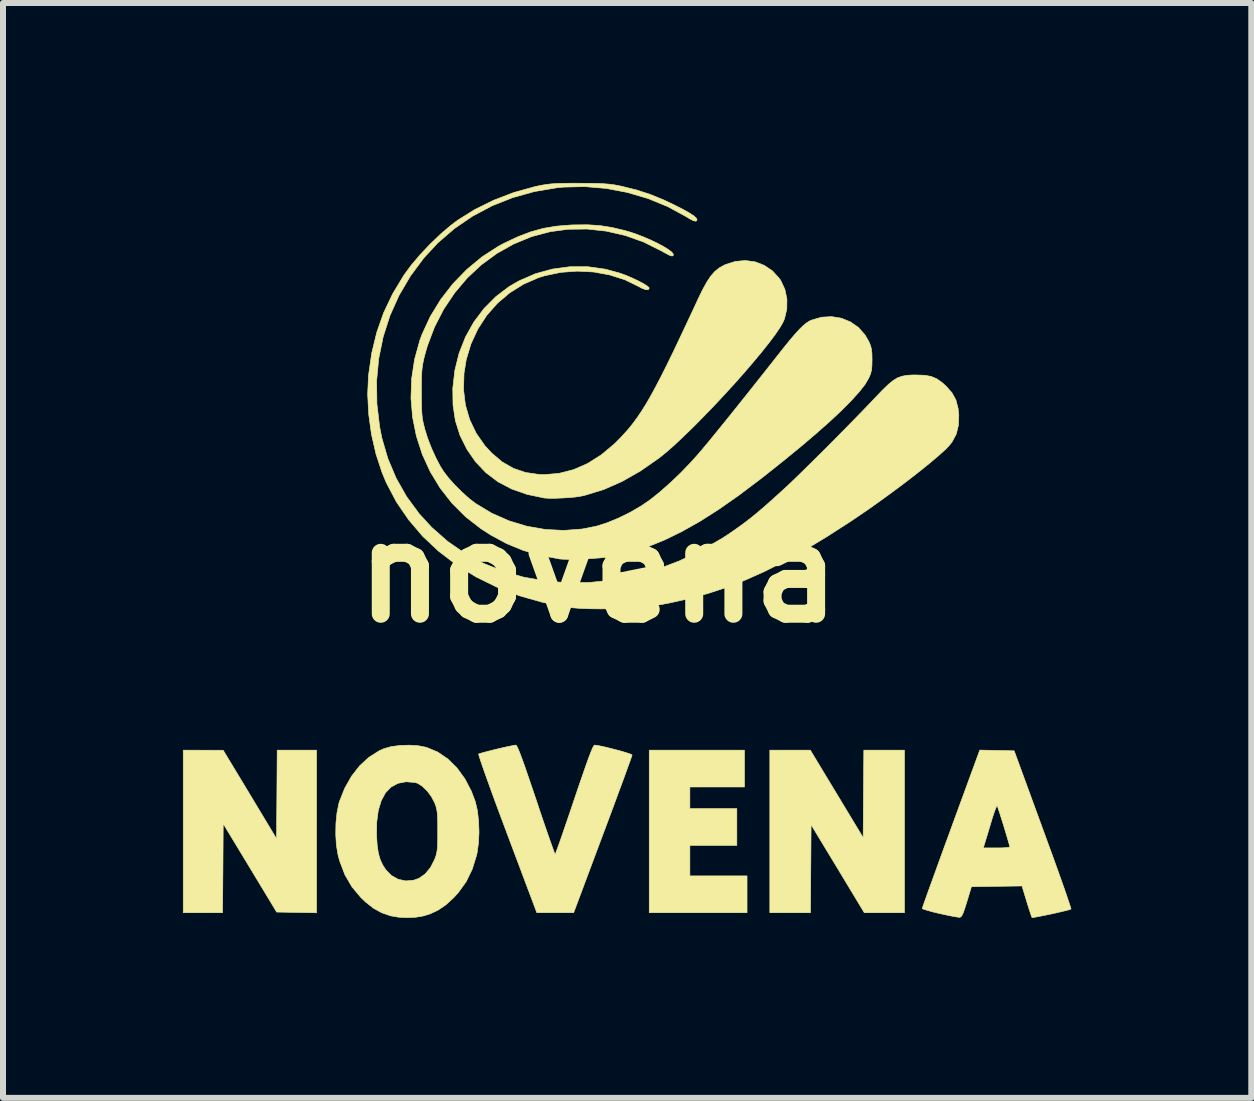
<source format=kicad_pcb>
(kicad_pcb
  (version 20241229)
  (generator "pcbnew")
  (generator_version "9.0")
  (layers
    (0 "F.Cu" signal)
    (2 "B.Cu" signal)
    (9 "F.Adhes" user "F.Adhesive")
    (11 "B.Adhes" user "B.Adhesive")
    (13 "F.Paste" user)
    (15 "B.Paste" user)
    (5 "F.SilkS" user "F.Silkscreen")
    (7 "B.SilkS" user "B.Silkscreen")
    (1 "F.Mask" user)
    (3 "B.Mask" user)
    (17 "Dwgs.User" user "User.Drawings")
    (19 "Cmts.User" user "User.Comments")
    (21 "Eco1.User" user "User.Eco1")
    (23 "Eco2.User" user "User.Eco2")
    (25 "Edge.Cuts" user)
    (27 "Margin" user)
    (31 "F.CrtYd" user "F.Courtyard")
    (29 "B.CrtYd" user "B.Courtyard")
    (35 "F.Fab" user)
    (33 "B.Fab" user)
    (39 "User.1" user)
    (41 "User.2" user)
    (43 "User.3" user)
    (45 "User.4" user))
  (footprint "novena"
    (layer "F.Cu")
    (at 6.926 6.492)
    (property "Reference" "novena" (at 0 0 0) (layer "F.SilkS") (effects (font (size 1.524 1.524) (thickness 0.3))))
    (attr through_hole)
    (fp_poly (pts (xy 4.413 4.422) (xy 4.424 2.963) (xy 5.101 2.963) (xy 5.101 5.673) (xy 4.432 5.673) (xy 3.989 4.939) (xy 3.545 4.206) (xy 3.534 5.673) (xy 2.857 5.673) (xy 2.857 2.963) (xy 3.532 2.963) (xy 4.413 4.422)) (stroke (width 0.01) (type solid)) (fill yes) (layer "F.SilkS"))
    (fp_poly (pts (xy 2.434 3.577) (xy 1.524 3.577) (xy 1.524 3.937) (xy 2.307 3.937) (xy 2.307 4.551) (xy 1.524 4.551) (xy 1.524 5.059) (xy 2.477 5.059) (xy 2.477 5.673) (xy 0.847 5.673) (xy 0.847 2.963) (xy 2.434 2.963) (xy 2.434 3.577)) (stroke (width 0.01) (type solid)) (fill yes) (layer "F.SilkS"))
    (fp_poly (pts (xy -4.699 5.674) (xy -5.031 5.668) (xy -5.364 5.662) (xy -5.809 4.926) (xy -6.255 4.189) (xy -6.26 4.931) (xy -6.266 5.673) (xy -6.921 5.673) (xy -6.921 2.963) (xy -6.588 2.964) (xy -6.255 2.965) (xy -5.81 3.702) (xy -5.366 4.44) (xy -5.36 3.702) (xy -5.355 2.963) (xy -4.699 2.963) (xy -4.699 5.674)) (stroke (width 0.01) (type solid)) (fill yes) (layer "F.SilkS"))
    (fp_poly (pts (xy -1.363 2.892) (xy -1.343 2.932) (xy -1.314 3.001) (xy -1.276 3.102) (xy -1.228 3.235) (xy -1.17 3.404) (xy -1.1 3.609) (xy -1.039 3.789) (xy -0.977 3.976) (xy -0.918 4.15) (xy -0.864 4.307) (xy -0.817 4.443) (xy -0.777 4.554) (xy -0.748 4.636) (xy -0.729 4.686) (xy -0.722 4.699) (xy -0.713 4.679) (xy -0.692 4.624) (xy -0.66 4.536) (xy -0.619 4.42) (xy -0.571 4.28) (xy -0.516 4.119) (xy -0.456 3.943) (xy -0.404 3.789) (xy -0.327 3.56) (xy -0.261 3.37) (xy -0.207 3.214) (xy -0.163 3.092) (xy -0.128 3) (xy -0.101 2.935) (xy -0.081 2.896) (xy -0.068 2.88) (xy -0.065 2.879) (xy -0.019 2.884) (xy 0.052 2.898) (xy 0.141 2.918) (xy 0.239 2.943) (xy 0.337 2.968) (xy 0.427 2.994) (xy 0.5 3.017) (xy 0.547 3.034) (xy 0.561 3.043) (xy 0.554 3.067) (xy 0.533 3.127) (xy 0.499 3.22) (xy 0.455 3.342) (xy 0.401 3.491) (xy 0.337 3.662) (xy 0.267 3.853) (xy 0.19 4.06) (xy 0.108 4.28) (xy 0.074 4.37) (xy -0.413 5.672) (xy -0.72 5.672) (xy -1.027 5.672) (xy -1.521 4.358) (xy -1.605 4.133) (xy -1.684 3.921) (xy -1.757 3.723) (xy -1.822 3.543) (xy -1.879 3.385) (xy -1.926 3.251) (xy -1.962 3.146) (xy -1.986 3.072) (xy -1.997 3.033) (xy -1.997 3.028) (xy -1.971 3.018) (xy -1.913 3.001) (xy -1.832 2.98) (xy -1.737 2.956) (xy -1.637 2.932) (xy -1.541 2.91) (xy -1.459 2.893) (xy -1.4 2.881) (xy -1.376 2.879) (xy -1.363 2.892)) (stroke (width 0.01) (type solid)) (fill yes) (layer "F.SilkS"))
    (fp_poly (pts (xy 6.643 2.968) (xy 6.93 2.974) (xy 7.41 4.286) (xy 7.492 4.511) (xy 7.57 4.724) (xy 7.641 4.922) (xy 7.705 5.101) (xy 7.761 5.259) (xy 7.807 5.392) (xy 7.842 5.497) (xy 7.866 5.569) (xy 7.877 5.607) (xy 7.877 5.612) (xy 7.852 5.622) (xy 7.795 5.637) (xy 7.715 5.656) (xy 7.62 5.678) (xy 7.52 5.7) (xy 7.422 5.72) (xy 7.335 5.737) (xy 7.269 5.749) (xy 7.232 5.753) (xy 7.227 5.752) (xy 7.218 5.73) (xy 7.199 5.674) (xy 7.173 5.594) (xy 7.143 5.498) (xy 7.139 5.485) (xy 7.061 5.227) (xy 6.218 5.239) (xy 6.141 5.493) (xy 6.107 5.601) (xy 6.081 5.675) (xy 6.059 5.72) (xy 6.04 5.743) (xy 6.022 5.75) (xy 5.986 5.746) (xy 5.919 5.735) (xy 5.828 5.717) (xy 5.722 5.694) (xy 5.689 5.687) (xy 5.584 5.662) (xy 5.496 5.638) (xy 5.433 5.619) (xy 5.4 5.605) (xy 5.397 5.602) (xy 5.405 5.58) (xy 5.425 5.521) (xy 5.458 5.429) (xy 5.501 5.307) (xy 5.555 5.159) (xy 5.617 4.988) (xy 5.686 4.797) (xy 5.76 4.593) (xy 6.416 4.593) (xy 6.637 4.593) (xy 6.728 4.592) (xy 6.801 4.588) (xy 6.847 4.583) (xy 6.858 4.579) (xy 6.852 4.551) (xy 6.836 4.493) (xy 6.812 4.411) (xy 6.783 4.314) (xy 6.752 4.211) (xy 6.72 4.109) (xy 6.691 4.018) (xy 6.667 3.946) (xy 6.651 3.9) (xy 6.646 3.889) (xy 6.636 3.902) (xy 6.616 3.948) (xy 6.59 4.021) (xy 6.56 4.114) (xy 6.555 4.132) (xy 6.522 4.242) (xy 6.491 4.347) (xy 6.464 4.435) (xy 6.446 4.493) (xy 6.416 4.593) (xy 5.76 4.593) (xy 5.761 4.59) (xy 5.842 4.37) (xy 5.877 4.273) (xy 6.357 2.962) (xy 6.643 2.968)) (stroke (width 0.01) (type solid)) (fill yes) (layer "F.SilkS"))
    (fp_poly (pts (xy -3 2.89) (xy -2.868 2.916) (xy -2.863 2.918) (xy -2.679 2.995) (xy -2.51 3.11) (xy -2.359 3.259) (xy -2.227 3.44) (xy -2.118 3.648) (xy -2.053 3.821) (xy -2.018 3.969) (xy -1.998 4.143) (xy -1.991 4.329) (xy -2 4.512) (xy -2.023 4.677) (xy -2.03 4.71) (xy -2.103 4.946) (xy -2.204 5.154) (xy -2.336 5.338) (xy -2.412 5.421) (xy -2.544 5.542) (xy -2.673 5.63) (xy -2.809 5.693) (xy -2.915 5.726) (xy -3.043 5.748) (xy -3.19 5.755) (xy -3.337 5.747) (xy -3.464 5.725) (xy -3.466 5.725) (xy -3.615 5.673) (xy -3.749 5.599) (xy -3.88 5.496) (xy -3.959 5.421) (xy -4.109 5.242) (xy -4.226 5.041) (xy -4.313 4.813) (xy -4.341 4.71) (xy -4.368 4.549) (xy -4.378 4.388) (xy -3.699 4.388) (xy -3.688 4.55) (xy -3.669 4.679) (xy -3.639 4.786) (xy -3.595 4.88) (xy -3.546 4.955) (xy -3.452 5.052) (xy -3.338 5.116) (xy -3.213 5.143) (xy -3.084 5.132) (xy -2.992 5.1) (xy -2.887 5.026) (xy -2.797 4.916) (xy -2.726 4.775) (xy -2.724 4.768) (xy -2.706 4.716) (xy -2.694 4.664) (xy -2.685 4.604) (xy -2.681 4.526) (xy -2.679 4.422) (xy -2.679 4.307) (xy -2.679 4.176) (xy -2.682 4.078) (xy -2.687 4.005) (xy -2.696 3.948) (xy -2.709 3.898) (xy -2.728 3.846) (xy -2.729 3.843) (xy -2.783 3.739) (xy -2.854 3.644) (xy -2.934 3.566) (xy -3.015 3.515) (xy -3.057 3.502) (xy -3.21 3.49) (xy -3.343 3.516) (xy -3.457 3.578) (xy -3.55 3.674) (xy -3.621 3.805) (xy -3.67 3.968) (xy -3.696 4.163) (xy -3.699 4.388) (xy -4.378 4.388) (xy -4.379 4.369) (xy -4.376 4.183) (xy -4.358 4.005) (xy -4.327 3.85) (xy -4.318 3.821) (xy -4.229 3.597) (xy -4.115 3.396) (xy -3.979 3.222) (xy -3.823 3.08) (xy -3.652 2.972) (xy -3.577 2.939) (xy -3.455 2.904) (xy -3.308 2.885) (xy -3.151 2.88) (xy -3 2.89)) (stroke (width 0.01) (type solid)) (fill yes) (layer "F.SilkS"))
    (fp_poly (pts (xy 2.613 -5.177) (xy 2.765 -5.118) (xy 2.901 -5.026) (xy 3.015 -4.901) (xy 3.04 -4.864) (xy 3.108 -4.718) (xy 3.142 -4.557) (xy 3.14 -4.392) (xy 3.103 -4.233) (xy 3.082 -4.181) (xy 3.031 -4.09) (xy 2.953 -3.974) (xy 2.85 -3.836) (xy 2.727 -3.681) (xy 2.587 -3.513) (xy 2.434 -3.334) (xy 2.27 -3.149) (xy 2.099 -2.962) (xy 1.925 -2.776) (xy 1.751 -2.596) (xy 1.581 -2.424) (xy 1.417 -2.265) (xy 1.265 -2.122) (xy 1.126 -2) (xy 1.005 -1.903) (xy 0.701 -1.691) (xy 0.395 -1.517) (xy 0.091 -1.383) (xy -0.21 -1.29) (xy -0.296 -1.27) (xy -0.374 -1.258) (xy -0.477 -1.248) (xy -0.593 -1.241) (xy -0.708 -1.236) (xy -0.81 -1.235) (xy -0.886 -1.239) (xy -0.9 -1.24) (xy -1.187 -1.3) (xy -1.445 -1.39) (xy -1.674 -1.51) (xy -1.875 -1.662) (xy -2.05 -1.846) (xy -2.192 -2.052) (xy -2.308 -2.285) (xy -2.385 -2.53) (xy -2.424 -2.79) (xy -2.428 -3.068) (xy -2.394 -3.367) (xy -2.323 -3.653) (xy -2.217 -3.923) (xy -2.078 -4.172) (xy -1.908 -4.398) (xy -1.709 -4.598) (xy -1.484 -4.768) (xy -1.322 -4.861) (xy -1.05 -4.979) (xy -0.765 -5.057) (xy -0.473 -5.096) (xy -0.178 -5.096) (xy 0.115 -5.055) (xy 0.36 -4.988) (xy 0.461 -4.951) (xy 0.564 -4.907) (xy 0.661 -4.861) (xy 0.745 -4.817) (xy 0.808 -4.778) (xy 0.842 -4.749) (xy 0.847 -4.74) (xy 0.831 -4.712) (xy 0.787 -4.713) (xy 0.718 -4.74) (xy 0.675 -4.764) (xy 0.442 -4.878) (xy 0.188 -4.959) (xy -0.079 -5.008) (xy -0.352 -5.022) (xy -0.625 -5.002) (xy -0.89 -4.947) (xy -0.995 -4.915) (xy -1.248 -4.805) (xy -1.479 -4.661) (xy -1.684 -4.487) (xy -1.862 -4.285) (xy -2.009 -4.059) (xy -2.124 -3.812) (xy -2.204 -3.548) (xy -2.241 -3.319) (xy -2.249 -3.049) (xy -2.218 -2.791) (xy -2.147 -2.548) (xy -2.038 -2.32) (xy -1.892 -2.111) (xy -1.78 -1.99) (xy -1.605 -1.842) (xy -1.417 -1.734) (xy -1.213 -1.665) (xy -0.991 -1.633) (xy -0.904 -1.63) (xy -0.657 -1.651) (xy -0.415 -1.713) (xy -0.18 -1.816) (xy 0.048 -1.96) (xy 0.268 -2.144) (xy 0.35 -2.226) (xy 0.428 -2.309) (xy 0.503 -2.394) (xy 0.574 -2.482) (xy 0.644 -2.577) (xy 0.715 -2.682) (xy 0.789 -2.799) (xy 0.866 -2.932) (xy 0.948 -3.082) (xy 1.038 -3.254) (xy 1.137 -3.451) (xy 1.246 -3.674) (xy 1.366 -3.927) (xy 1.501 -4.213) (xy 1.651 -4.535) (xy 1.657 -4.549) (xy 1.736 -4.711) (xy 1.806 -4.839) (xy 1.871 -4.937) (xy 1.937 -5.013) (xy 2.007 -5.071) (xy 2.086 -5.117) (xy 2.113 -5.13) (xy 2.281 -5.184) (xy 2.449 -5.199) (xy 2.613 -5.177)) (stroke (width 0.01) (type solid)) (fill yes) (layer "F.SilkS"))
    (fp_poly (pts (xy 0.021 -5.782) (xy 0.22 -5.751) (xy 0.428 -5.702) (xy 0.498 -5.683) (xy 0.617 -5.644) (xy 0.742 -5.596) (xy 0.866 -5.543) (xy 0.983 -5.487) (xy 1.085 -5.432) (xy 1.168 -5.381) (xy 1.225 -5.337) (xy 1.248 -5.304) (xy 1.249 -5.3) (xy 1.244 -5.279) (xy 1.225 -5.274) (xy 1.186 -5.286) (xy 1.123 -5.319) (xy 1.041 -5.364) (xy 0.752 -5.508) (xy 0.446 -5.617) (xy 0.13 -5.689) (xy -0.189 -5.724) (xy -0.508 -5.72) (xy -0.804 -5.68) (xy -1.116 -5.597) (xy -1.413 -5.475) (xy -1.692 -5.318) (xy -1.951 -5.129) (xy -2.187 -4.909) (xy -2.397 -4.66) (xy -2.58 -4.387) (xy -2.733 -4.09) (xy -2.853 -3.772) (xy -2.902 -3.598) (xy -2.92 -3.521) (xy -2.933 -3.45) (xy -2.942 -3.377) (xy -2.948 -3.292) (xy -2.95 -3.186) (xy -2.951 -3.05) (xy -2.951 -2.995) (xy -2.95 -2.849) (xy -2.948 -2.737) (xy -2.943 -2.648) (xy -2.936 -2.575) (xy -2.924 -2.508) (xy -2.907 -2.437) (xy -2.894 -2.386) (xy -2.847 -2.235) (xy -2.784 -2.073) (xy -2.712 -1.914) (xy -2.637 -1.771) (xy -2.58 -1.68) (xy -2.496 -1.571) (xy -2.389 -1.452) (xy -2.269 -1.333) (xy -2.149 -1.226) (xy -2.047 -1.148) (xy -1.778 -0.986) (xy -1.491 -0.86) (xy -1.192 -0.769) (xy -0.886 -0.716) (xy -0.579 -0.7) (xy -0.274 -0.723) (xy -0.032 -0.771) (xy 0.144 -0.827) (xy 0.336 -0.906) (xy 0.532 -1.003) (xy 0.717 -1.111) (xy 0.87 -1.216) (xy 1.029 -1.344) (xy 1.202 -1.497) (xy 1.378 -1.666) (xy 1.547 -1.842) (xy 1.67 -1.979) (xy 1.751 -2.075) (xy 1.855 -2.2) (xy 1.979 -2.352) (xy 2.12 -2.526) (xy 2.276 -2.72) (xy 2.443 -2.929) (xy 2.619 -3.15) (xy 2.801 -3.38) (xy 2.958 -3.579) (xy 3.085 -3.74) (xy 3.191 -3.871) (xy 3.279 -3.974) (xy 3.352 -4.054) (xy 3.414 -4.114) (xy 3.467 -4.158) (xy 3.516 -4.189) (xy 3.55 -4.205) (xy 3.718 -4.254) (xy 3.886 -4.264) (xy 4.048 -4.238) (xy 4.199 -4.177) (xy 4.333 -4.084) (xy 4.443 -3.96) (xy 4.506 -3.852) (xy 4.534 -3.786) (xy 4.551 -3.724) (xy 4.559 -3.65) (xy 4.561 -3.55) (xy 4.561 -3.545) (xy 4.559 -3.444) (xy 4.552 -3.37) (xy 4.535 -3.307) (xy 4.507 -3.241) (xy 4.506 -3.239) (xy 4.445 -3.135) (xy 4.348 -3.011) (xy 4.217 -2.866) (xy 4.053 -2.7) (xy 3.856 -2.516) (xy 3.627 -2.313) (xy 3.368 -2.093) (xy 3.078 -1.856) (xy 2.76 -1.603) (xy 2.685 -1.545) (xy 2.336 -1.282) (xy 2.007 -1.052) (xy 1.695 -0.853) (xy 1.397 -0.685) (xy 1.109 -0.544) (xy 0.829 -0.43) (xy 0.552 -0.341) (xy 0.276 -0.275) (xy 0.216 -0.264) (xy 0.13 -0.252) (xy 0.018 -0.241) (xy -0.112 -0.232) (xy -0.248 -0.224) (xy -0.38 -0.22) (xy -0.499 -0.218) (xy -0.594 -0.22) (xy -0.646 -0.224) (xy -0.964 -0.284) (xy -1.255 -0.367) (xy -1.528 -0.479) (xy -1.794 -0.623) (xy -1.958 -0.728) (xy -2.215 -0.928) (xy -2.443 -1.156) (xy -2.64 -1.408) (xy -2.805 -1.681) (xy -2.937 -1.97) (xy -3.035 -2.273) (xy -3.098 -2.586) (xy -3.125 -2.906) (xy -3.114 -3.229) (xy -3.065 -3.551) (xy -2.977 -3.87) (xy -2.939 -3.972) (xy -2.803 -4.266) (xy -2.631 -4.547) (xy -2.427 -4.81) (xy -2.195 -5.049) (xy -1.942 -5.259) (xy -1.67 -5.435) (xy -1.575 -5.486) (xy -1.344 -5.595) (xy -1.129 -5.677) (xy -0.919 -5.735) (xy -0.701 -5.772) (xy -0.463 -5.791) (xy -0.413 -5.793) (xy -0.184 -5.795) (xy 0.021 -5.782)) (stroke (width 0.01) (type solid)) (fill yes) (layer "F.SilkS"))
    (fp_poly (pts (xy -0.154 -6.486) (xy -0.024 -6.484) (xy 0.08 -6.48) (xy 0.166 -6.473) (xy 0.243 -6.464) (xy 0.319 -6.451) (xy 0.381 -6.438) (xy 0.632 -6.376) (xy 0.864 -6.301) (xy 1.095 -6.206) (xy 1.259 -6.128) (xy 1.405 -6.054) (xy 1.514 -5.993) (xy 1.589 -5.945) (xy 1.631 -5.907) (xy 1.644 -5.879) (xy 1.637 -5.862) (xy 1.616 -5.855) (xy 1.578 -5.865) (xy 1.519 -5.896) (xy 1.457 -5.934) (xy 1.153 -6.099) (xy 0.826 -6.233) (xy 0.482 -6.334) (xy 0.129 -6.401) (xy -0.226 -6.431) (xy -0.578 -6.423) (xy -0.687 -6.413) (xy -1.066 -6.349) (xy -1.429 -6.248) (xy -1.774 -6.111) (xy -2.098 -5.939) (xy -2.4 -5.733) (xy -2.676 -5.495) (xy -2.91 -5.243) (xy -3.135 -4.94) (xy -3.324 -4.618) (xy -3.476 -4.279) (xy -3.589 -3.926) (xy -3.663 -3.562) (xy -3.698 -3.19) (xy -3.693 -2.811) (xy -3.648 -2.429) (xy -3.61 -2.238) (xy -3.511 -1.899) (xy -3.374 -1.574) (xy -3.2 -1.266) (xy -2.99 -0.98) (xy -2.78 -0.751) (xy -2.514 -0.517) (xy -2.225 -0.317) (xy -1.916 -0.151) (xy -1.589 -0.019) (xy -1.247 0.079) (xy -0.892 0.143) (xy -0.528 0.172) (xy -0.156 0.168) (xy 0.22 0.13) (xy 0.598 0.057) (xy 0.976 -0.05) (xy 1.35 -0.192) (xy 1.718 -0.368) (xy 2.078 -0.578) (xy 2.159 -0.631) (xy 2.29 -0.721) (xy 2.412 -0.809) (xy 2.531 -0.9) (xy 2.654 -1) (xy 2.787 -1.114) (xy 2.938 -1.249) (xy 3.09 -1.387) (xy 3.191 -1.481) (xy 3.316 -1.601) (xy 3.46 -1.742) (xy 3.619 -1.899) (xy 3.789 -2.067) (xy 3.963 -2.242) (xy 4.137 -2.419) (xy 4.307 -2.593) (xy 4.468 -2.759) (xy 4.614 -2.912) (xy 4.627 -2.926) (xy 4.74 -3.044) (xy 4.833 -3.133) (xy 4.912 -3.198) (xy 4.985 -3.243) (xy 5.059 -3.27) (xy 5.14 -3.285) (xy 5.236 -3.291) (xy 5.302 -3.291) (xy 5.439 -3.286) (xy 5.546 -3.267) (xy 5.638 -3.228) (xy 5.727 -3.166) (xy 5.796 -3.104) (xy 5.894 -2.993) (xy 5.959 -2.874) (xy 5.995 -2.737) (xy 6.007 -2.625) (xy 6.001 -2.455) (xy 5.966 -2.309) (xy 5.898 -2.18) (xy 5.86 -2.13) (xy 5.796 -2.061) (xy 5.7 -1.973) (xy 5.578 -1.868) (xy 5.433 -1.749) (xy 5.269 -1.619) (xy 5.091 -1.482) (xy 4.903 -1.342) (xy 4.708 -1.2) (xy 4.512 -1.06) (xy 4.317 -0.927) (xy 4.18 -0.835) (xy 3.799 -0.59) (xy 3.441 -0.374) (xy 3.103 -0.185) (xy 2.778 -0.02) (xy 2.462 0.122) (xy 2.15 0.244) (xy 1.836 0.348) (xy 1.517 0.435) (xy 1.187 0.509) (xy 0.953 0.552) (xy 0.81 0.571) (xy 0.639 0.587) (xy 0.448 0.598) (xy 0.247 0.605) (xy 0.046 0.608) (xy -0.146 0.606) (xy -0.319 0.599) (xy -0.463 0.587) (xy -0.513 0.581) (xy -0.927 0.5) (xy -1.322 0.388) (xy -1.695 0.245) (xy -2.044 0.073) (xy -2.368 -0.127) (xy -2.664 -0.353) (xy -2.931 -0.604) (xy -3.166 -0.88) (xy -3.369 -1.177) (xy -3.536 -1.495) (xy -3.606 -1.662) (xy -3.708 -1.973) (xy -3.784 -2.303) (xy -3.83 -2.639) (xy -3.847 -2.971) (xy -3.833 -3.281) (xy -3.78 -3.653) (xy -3.696 -3.999) (xy -3.581 -4.327) (xy -3.43 -4.644) (xy -3.244 -4.953) (xy -3.123 -5.118) (xy -2.974 -5.294) (xy -2.808 -5.47) (xy -2.634 -5.637) (xy -2.462 -5.784) (xy -2.349 -5.869) (xy -2.063 -6.048) (xy -1.749 -6.203) (xy -1.416 -6.331) (xy -1.073 -6.427) (xy -1.026 -6.438) (xy -0.943 -6.455) (xy -0.868 -6.467) (xy -0.792 -6.476) (xy -0.707 -6.482) (xy -0.604 -6.485) (xy -0.474 -6.487) (xy -0.318 -6.487) (xy -0.154 -6.486)) (stroke (width 0.01) (type solid)) (fill yes) (layer "F.SilkS")))
  (gr_rect
    (start -3 -3)
    (end 17.809 15.252)
    (stroke (width 0.1) (type default))
    (fill no)
    (layer "Edge.Cuts")))
</source>
